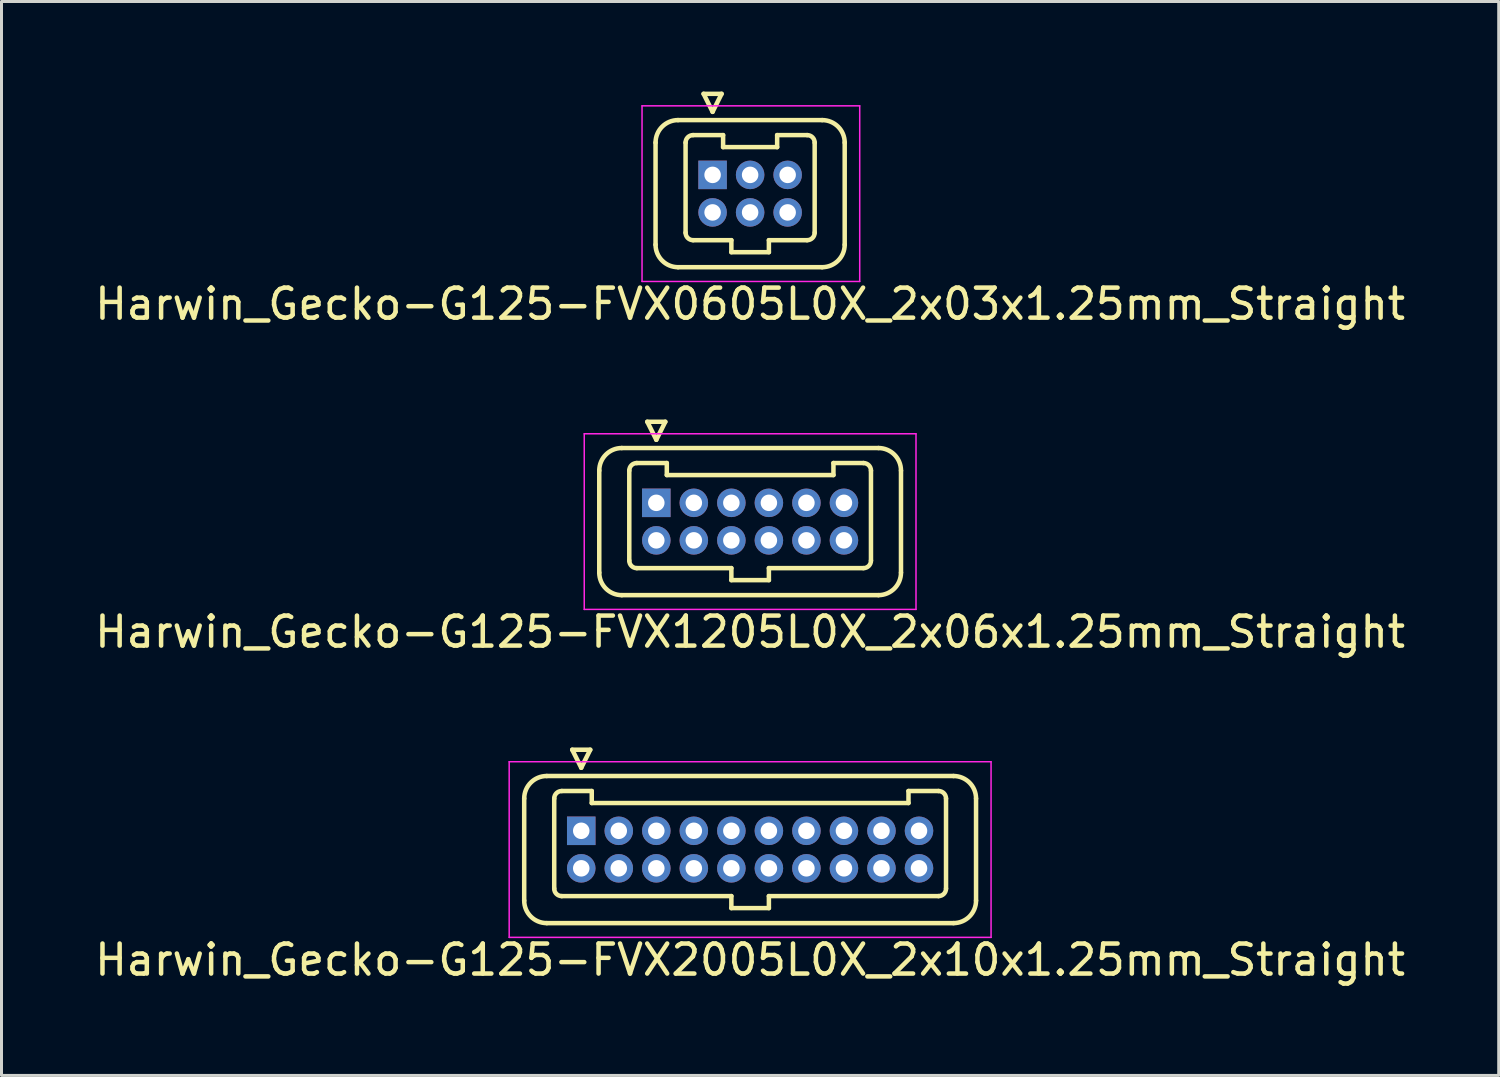
<source format=kicad_pcb>
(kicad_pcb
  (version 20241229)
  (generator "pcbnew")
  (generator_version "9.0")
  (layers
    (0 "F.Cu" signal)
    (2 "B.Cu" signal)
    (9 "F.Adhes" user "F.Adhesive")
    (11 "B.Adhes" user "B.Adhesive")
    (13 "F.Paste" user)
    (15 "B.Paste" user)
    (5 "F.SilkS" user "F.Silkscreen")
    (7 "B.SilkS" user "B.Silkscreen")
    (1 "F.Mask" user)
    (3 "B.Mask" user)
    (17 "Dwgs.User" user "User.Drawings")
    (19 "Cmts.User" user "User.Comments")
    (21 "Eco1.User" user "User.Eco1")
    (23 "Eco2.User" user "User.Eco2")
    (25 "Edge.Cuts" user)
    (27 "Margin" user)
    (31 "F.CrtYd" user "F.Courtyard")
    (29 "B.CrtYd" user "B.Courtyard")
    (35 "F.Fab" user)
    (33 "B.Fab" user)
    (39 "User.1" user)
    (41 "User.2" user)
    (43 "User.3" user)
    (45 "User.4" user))
  (footprint "Harwin_Gecko-G125-FVX1205L0X_2x06x1.25mm_Straight"
    (layer "F.Cu")
    (at 18.81 13.698)
    (property "Reference" "Harwin_Gecko-G125-FVX1205L0X_2x06x1.25mm_Straight" (at 3.125 4.3 0) (layer "F.SilkS") (effects (font (size 1 1) (thickness 0.15))))
    (attr through_hole)
    (fp_line (start -1.9 -1.075) (end -1.9 2.325) (stroke (width 0.15) (type solid)) (layer "F.SilkS"))
    (fp_line (start -1.15 -1.825) (end 7.4 -1.825) (stroke (width 0.15) (type solid)) (layer "F.SilkS"))
    (fp_line (start -1.15 3.075) (end 7.4 3.075) (stroke (width 0.15) (type solid)) (layer "F.SilkS"))
    (fp_line (start -0.9 -1.075) (end -0.9 1.925) (stroke (width 0.15) (type solid)) (layer "F.SilkS"))
    (fp_line (start -0.65 -1.325) (end 0.35 -1.325) (stroke (width 0.15) (type solid)) (layer "F.SilkS"))
    (fp_line (start -0.65 2.175) (end 2.5 2.175) (stroke (width 0.15) (type solid)) (layer "F.SilkS"))
    (fp_line (start -0.3 -2.7) (end 0.3 -2.7) (stroke (width 0.15) (type solid)) (layer "F.SilkS"))
    (fp_line (start 0 -2.1) (end -0.3 -2.7) (stroke (width 0.15) (type solid)) (layer "F.SilkS"))
    (fp_line (start 0.3 -2.7) (end 0 -2.1) (stroke (width 0.15) (type solid)) (layer "F.SilkS"))
    (fp_line (start 0.35 -1.325) (end 0.35 -0.925) (stroke (width 0.15) (type solid)) (layer "F.SilkS"))
    (fp_line (start 0.35 -0.925) (end 5.9 -0.925) (stroke (width 0.15) (type solid)) (layer "F.SilkS"))
    (fp_line (start 2.5 2.175) (end 2.5 2.575) (stroke (width 0.15) (type solid)) (layer "F.SilkS"))
    (fp_line (start 2.5 2.575) (end 3.75 2.575) (stroke (width 0.15) (type solid)) (layer "F.SilkS"))
    (fp_line (start 3.75 2.175) (end 6.9 2.175) (stroke (width 0.15) (type solid)) (layer "F.SilkS"))
    (fp_line (start 3.75 2.575) (end 3.75 2.175) (stroke (width 0.15) (type solid)) (layer "F.SilkS"))
    (fp_line (start 5.9 -1.325) (end 6.9 -1.325) (stroke (width 0.15) (type solid)) (layer "F.SilkS"))
    (fp_line (start 5.9 -0.925) (end 5.9 -1.325) (stroke (width 0.15) (type solid)) (layer "F.SilkS"))
    (fp_line (start 7.15 -1.075) (end 7.15 1.925) (stroke (width 0.15) (type solid)) (layer "F.SilkS"))
    (fp_line (start 8.15 -1.075) (end 8.15 2.325) (stroke (width 0.15) (type solid)) (layer "F.SilkS"))
    (fp_arc (start -1.9 -1.075) (mid -1.68033 -1.60533) (end -1.15 -1.825) (stroke (width 0.15) (type solid)) (layer "F.SilkS"))
    (fp_arc (start -1.15 3.075) (mid -1.68033 2.85533) (end -1.9 2.325) (stroke (width 0.15) (type solid)) (layer "F.SilkS"))
    (fp_arc (start -0.9 -1.075) (mid -0.826777 -1.251777) (end -0.65 -1.325) (stroke (width 0.15) (type solid)) (layer "F.SilkS"))
    (fp_arc (start -0.65 2.175) (mid -0.826777 2.101777) (end -0.9 1.925) (stroke (width 0.15) (type solid)) (layer "F.SilkS"))
    (fp_arc (start 6.9 -1.325) (mid 7.076777 -1.251777) (end 7.15 -1.075) (stroke (width 0.15) (type solid)) (layer "F.SilkS"))
    (fp_arc (start 7.15 1.925) (mid 7.076777 2.101777) (end 6.9 2.175) (stroke (width 0.15) (type solid)) (layer "F.SilkS"))
    (fp_arc (start 7.4 -1.825) (mid 7.93033 -1.60533) (end 8.15 -1.075) (stroke (width 0.15) (type solid)) (layer "F.SilkS"))
    (fp_arc (start 8.15 2.325) (mid 7.93033 2.85533) (end 7.4 3.075) (stroke (width 0.15) (type solid)) (layer "F.SilkS"))
    (fp_line (start -2.4 -2.3) (end -2.4 3.55) (stroke (width 0.05) (type solid)) (layer "F.CrtYd"))
    (fp_line (start -2.4 3.55) (end 8.65 3.55) (stroke (width 0.05) (type solid)) (layer "F.CrtYd"))
    (fp_line (start 8.65 -2.3) (end -2.4 -2.3) (stroke (width 0.05) (type solid)) (layer "F.CrtYd"))
    (fp_line (start 8.65 3.55) (end 8.65 -2.3) (stroke (width 0.05) (type solid)) (layer "F.CrtYd"))
    (pad "1" thru_hole rect (at 0 0) (size 0.95 0.95) (drill 0.55) (layers "*.Cu" "*.Mask"))
    (pad "2" thru_hole circle (at 0 1.25) (size 0.95 0.95) (drill 0.55) (layers "*.Cu" "*.Mask"))
    (pad "3" thru_hole circle (at 1.25 0) (size 0.95 0.95) (drill 0.55) (layers "*.Cu" "*.Mask"))
    (pad "4" thru_hole circle (at 1.25 1.25) (size 0.95 0.95) (drill 0.55) (layers "*.Cu" "*.Mask"))
    (pad "5" thru_hole circle (at 2.5 0) (size 0.95 0.95) (drill 0.55) (layers "*.Cu" "*.Mask"))
    (pad "6" thru_hole circle (at 2.5 1.25) (size 0.95 0.95) (drill 0.55) (layers "*.Cu" "*.Mask"))
    (pad "7" thru_hole circle (at 3.75 0) (size 0.95 0.95) (drill 0.55) (layers "*.Cu" "*.Mask"))
    (pad "8" thru_hole circle (at 3.75 1.25) (size 0.95 0.95) (drill 0.55) (layers "*.Cu" "*.Mask"))
    (pad "9" thru_hole circle (at 5 0) (size 0.95 0.95) (drill 0.55) (layers "*.Cu" "*.Mask"))
    (pad "10" thru_hole circle (at 5 1.25) (size 0.95 0.95) (drill 0.55) (layers "*.Cu" "*.Mask"))
    (pad "11" thru_hole circle (at 6.25 0) (size 0.95 0.95) (drill 0.55) (layers "*.Cu" "*.Mask"))
    (pad "12" thru_hole circle (at 6.25 1.25) (size 0.95 0.95) (drill 0.55) (layers "*.Cu" "*.Mask")))
  (footprint "Harwin_Gecko-G125-FVX0605L0X_2x03x1.25mm_Straight"
    (layer "F.Cu")
    (at 20.685 2.775)
    (property "Reference" "Harwin_Gecko-G125-FVX0605L0X_2x03x1.25mm_Straight" (at 1.25 4.3 0) (layer "F.SilkS") (effects (font (size 1 1) (thickness 0.15))))
    (attr through_hole)
    (fp_line (start -1.9 -1.075) (end -1.9 2.325) (stroke (width 0.15) (type solid)) (layer "F.SilkS"))
    (fp_line (start -1.15 -1.825) (end 3.65 -1.825) (stroke (width 0.15) (type solid)) (layer "F.SilkS"))
    (fp_line (start -1.15 3.075) (end 3.65 3.075) (stroke (width 0.15) (type solid)) (layer "F.SilkS"))
    (fp_line (start -0.9 -1.075) (end -0.9 1.925) (stroke (width 0.15) (type solid)) (layer "F.SilkS"))
    (fp_line (start -0.65 -1.325) (end 0.35 -1.325) (stroke (width 0.15) (type solid)) (layer "F.SilkS"))
    (fp_line (start -0.65 2.175) (end 0.625 2.175) (stroke (width 0.15) (type solid)) (layer "F.SilkS"))
    (fp_line (start -0.3 -2.7) (end 0.3 -2.7) (stroke (width 0.15) (type solid)) (layer "F.SilkS"))
    (fp_line (start 0 -2.1) (end -0.3 -2.7) (stroke (width 0.15) (type solid)) (layer "F.SilkS"))
    (fp_line (start 0.3 -2.7) (end 0 -2.1) (stroke (width 0.15) (type solid)) (layer "F.SilkS"))
    (fp_line (start 0.35 -1.325) (end 0.35 -0.925) (stroke (width 0.15) (type solid)) (layer "F.SilkS"))
    (fp_line (start 0.35 -0.925) (end 2.15 -0.925) (stroke (width 0.15) (type solid)) (layer "F.SilkS"))
    (fp_line (start 0.625 2.175) (end 0.625 2.575) (stroke (width 0.15) (type solid)) (layer "F.SilkS"))
    (fp_line (start 0.625 2.575) (end 1.875 2.575) (stroke (width 0.15) (type solid)) (layer "F.SilkS"))
    (fp_line (start 1.875 2.175) (end 3.15 2.175) (stroke (width 0.15) (type solid)) (layer "F.SilkS"))
    (fp_line (start 1.875 2.575) (end 1.875 2.175) (stroke (width 0.15) (type solid)) (layer "F.SilkS"))
    (fp_line (start 2.15 -1.325) (end 3.15 -1.325) (stroke (width 0.15) (type solid)) (layer "F.SilkS"))
    (fp_line (start 2.15 -0.925) (end 2.15 -1.325) (stroke (width 0.15) (type solid)) (layer "F.SilkS"))
    (fp_line (start 3.4 -1.075) (end 3.4 1.925) (stroke (width 0.15) (type solid)) (layer "F.SilkS"))
    (fp_line (start 4.4 -1.075) (end 4.4 2.325) (stroke (width 0.15) (type solid)) (layer "F.SilkS"))
    (fp_arc (start -1.9 -1.075) (mid -1.68033 -1.60533) (end -1.15 -1.825) (stroke (width 0.15) (type solid)) (layer "F.SilkS"))
    (fp_arc (start -1.15 3.075) (mid -1.68033 2.85533) (end -1.9 2.325) (stroke (width 0.15) (type solid)) (layer "F.SilkS"))
    (fp_arc (start -0.9 -1.075) (mid -0.826777 -1.251777) (end -0.65 -1.325) (stroke (width 0.15) (type solid)) (layer "F.SilkS"))
    (fp_arc (start -0.65 2.175) (mid -0.826777 2.101777) (end -0.9 1.925) (stroke (width 0.15) (type solid)) (layer "F.SilkS"))
    (fp_arc (start 3.15 -1.325) (mid 3.326777 -1.251777) (end 3.4 -1.075) (stroke (width 0.15) (type solid)) (layer "F.SilkS"))
    (fp_arc (start 3.4 1.925) (mid 3.326777 2.101777) (end 3.15 2.175) (stroke (width 0.15) (type solid)) (layer "F.SilkS"))
    (fp_arc (start 3.65 -1.825) (mid 4.18033 -1.60533) (end 4.4 -1.075) (stroke (width 0.15) (type solid)) (layer "F.SilkS"))
    (fp_arc (start 4.4 2.325) (mid 4.18033 2.85533) (end 3.65 3.075) (stroke (width 0.15) (type solid)) (layer "F.SilkS"))
    (fp_line (start -2.35 -2.3) (end -2.35 3.55) (stroke (width 0.05) (type solid)) (layer "F.CrtYd"))
    (fp_line (start -2.35 3.55) (end 4.9 3.55) (stroke (width 0.05) (type solid)) (layer "F.CrtYd"))
    (fp_line (start 4.9 -2.3) (end -2.35 -2.3) (stroke (width 0.05) (type solid)) (layer "F.CrtYd"))
    (fp_line (start 4.9 3.55) (end 4.9 -2.3) (stroke (width 0.05) (type solid)) (layer "F.CrtYd"))
    (pad "1" thru_hole rect (at 0 0) (size 0.95 0.95) (drill 0.55) (layers "*.Cu" "*.Mask"))
    (pad "2" thru_hole circle (at 0 1.25) (size 0.95 0.95) (drill 0.55) (layers "*.Cu" "*.Mask"))
    (pad "3" thru_hole circle (at 1.25 0) (size 0.95 0.95) (drill 0.55) (layers "*.Cu" "*.Mask"))
    (pad "4" thru_hole circle (at 1.25 1.25) (size 0.95 0.95) (drill 0.55) (layers "*.Cu" "*.Mask"))
    (pad "5" thru_hole circle (at 2.5 0) (size 0.95 0.95) (drill 0.55) (layers "*.Cu" "*.Mask"))
    (pad "6" thru_hole circle (at 2.5 1.25) (size 0.95 0.95) (drill 0.55) (layers "*.Cu" "*.Mask")))
  (footprint "Harwin_Gecko-G125-FVX2005L0X_2x10x1.25mm_Straight"
    (layer "F.Cu")
    (at 16.31 24.622)
    (property "Reference" "Harwin_Gecko-G125-FVX2005L0X_2x10x1.25mm_Straight" (at 5.625 4.3 0) (layer "F.SilkS") (effects (font (size 1 1) (thickness 0.15))))
    (attr through_hole)
    (fp_line (start -1.9 -1.075) (end -1.9 2.325) (stroke (width 0.15) (type solid)) (layer "F.SilkS"))
    (fp_line (start -1.15 -1.825) (end 12.4 -1.825) (stroke (width 0.15) (type solid)) (layer "F.SilkS"))
    (fp_line (start -1.15 3.075) (end 12.4 3.075) (stroke (width 0.15) (type solid)) (layer "F.SilkS"))
    (fp_line (start -0.9 -1.075) (end -0.9 1.925) (stroke (width 0.15) (type solid)) (layer "F.SilkS"))
    (fp_line (start -0.65 -1.325) (end 0.35 -1.325) (stroke (width 0.15) (type solid)) (layer "F.SilkS"))
    (fp_line (start -0.65 2.175) (end 5 2.175) (stroke (width 0.15) (type solid)) (layer "F.SilkS"))
    (fp_line (start -0.3 -2.7) (end 0.3 -2.7) (stroke (width 0.15) (type solid)) (layer "F.SilkS"))
    (fp_line (start 0 -2.1) (end -0.3 -2.7) (stroke (width 0.15) (type solid)) (layer "F.SilkS"))
    (fp_line (start 0.3 -2.7) (end 0 -2.1) (stroke (width 0.15) (type solid)) (layer "F.SilkS"))
    (fp_line (start 0.35 -1.325) (end 0.35 -0.925) (stroke (width 0.15) (type solid)) (layer "F.SilkS"))
    (fp_line (start 0.35 -0.925) (end 10.9 -0.925) (stroke (width 0.15) (type solid)) (layer "F.SilkS"))
    (fp_line (start 5 2.175) (end 5 2.575) (stroke (width 0.15) (type solid)) (layer "F.SilkS"))
    (fp_line (start 5 2.575) (end 6.25 2.575) (stroke (width 0.15) (type solid)) (layer "F.SilkS"))
    (fp_line (start 6.25 2.175) (end 11.9 2.175) (stroke (width 0.15) (type solid)) (layer "F.SilkS"))
    (fp_line (start 6.25 2.575) (end 6.25 2.175) (stroke (width 0.15) (type solid)) (layer "F.SilkS"))
    (fp_line (start 10.9 -1.325) (end 11.9 -1.325) (stroke (width 0.15) (type solid)) (layer "F.SilkS"))
    (fp_line (start 10.9 -0.925) (end 10.9 -1.325) (stroke (width 0.15) (type solid)) (layer "F.SilkS"))
    (fp_line (start 12.15 -1.075) (end 12.15 1.925) (stroke (width 0.15) (type solid)) (layer "F.SilkS"))
    (fp_line (start 13.15 -1.075) (end 13.15 2.325) (stroke (width 0.15) (type solid)) (layer "F.SilkS"))
    (fp_arc (start -1.9 -1.075) (mid -1.68033 -1.60533) (end -1.15 -1.825) (stroke (width 0.15) (type solid)) (layer "F.SilkS"))
    (fp_arc (start -1.15 3.075) (mid -1.68033 2.85533) (end -1.9 2.325) (stroke (width 0.15) (type solid)) (layer "F.SilkS"))
    (fp_arc (start -0.9 -1.075) (mid -0.826777 -1.251777) (end -0.65 -1.325) (stroke (width 0.15) (type solid)) (layer "F.SilkS"))
    (fp_arc (start -0.65 2.175) (mid -0.826777 2.101777) (end -0.9 1.925) (stroke (width 0.15) (type solid)) (layer "F.SilkS"))
    (fp_arc (start 11.9 -1.325) (mid 12.076777 -1.251777) (end 12.15 -1.075) (stroke (width 0.15) (type solid)) (layer "F.SilkS"))
    (fp_arc (start 12.15 1.925) (mid 12.076777 2.101777) (end 11.9 2.175) (stroke (width 0.15) (type solid)) (layer "F.SilkS"))
    (fp_arc (start 12.4 -1.825) (mid 12.93033 -1.60533) (end 13.15 -1.075) (stroke (width 0.15) (type solid)) (layer "F.SilkS"))
    (fp_arc (start 13.15 2.325) (mid 12.93033 2.85533) (end 12.4 3.075) (stroke (width 0.15) (type solid)) (layer "F.SilkS"))
    (fp_line (start -2.4 -2.3) (end -2.4 3.55) (stroke (width 0.05) (type solid)) (layer "F.CrtYd"))
    (fp_line (start -2.4 3.55) (end 13.65 3.55) (stroke (width 0.05) (type solid)) (layer "F.CrtYd"))
    (fp_line (start 13.65 -2.3) (end -2.4 -2.3) (stroke (width 0.05) (type solid)) (layer "F.CrtYd"))
    (fp_line (start 13.65 3.55) (end 13.65 -2.3) (stroke (width 0.05) (type solid)) (layer "F.CrtYd"))
    (pad "1" thru_hole rect (at 0 0) (size 0.95 0.95) (drill 0.55) (layers "*.Cu" "*.Mask"))
    (pad "2" thru_hole circle (at 0 1.25) (size 0.95 0.95) (drill 0.55) (layers "*.Cu" "*.Mask"))
    (pad "3" thru_hole circle (at 1.25 0) (size 0.95 0.95) (drill 0.55) (layers "*.Cu" "*.Mask"))
    (pad "4" thru_hole circle (at 1.25 1.25) (size 0.95 0.95) (drill 0.55) (layers "*.Cu" "*.Mask"))
    (pad "5" thru_hole circle (at 2.5 0) (size 0.95 0.95) (drill 0.55) (layers "*.Cu" "*.Mask"))
    (pad "6" thru_hole circle (at 2.5 1.25) (size 0.95 0.95) (drill 0.55) (layers "*.Cu" "*.Mask"))
    (pad "7" thru_hole circle (at 3.75 0) (size 0.95 0.95) (drill 0.55) (layers "*.Cu" "*.Mask"))
    (pad "8" thru_hole circle (at 3.75 1.25) (size 0.95 0.95) (drill 0.55) (layers "*.Cu" "*.Mask"))
    (pad "9" thru_hole circle (at 5 0) (size 0.95 0.95) (drill 0.55) (layers "*.Cu" "*.Mask"))
    (pad "10" thru_hole circle (at 5 1.25) (size 0.95 0.95) (drill 0.55) (layers "*.Cu" "*.Mask"))
    (pad "11" thru_hole circle (at 6.25 0) (size 0.95 0.95) (drill 0.55) (layers "*.Cu" "*.Mask"))
    (pad "12" thru_hole circle (at 6.25 1.25) (size 0.95 0.95) (drill 0.55) (layers "*.Cu" "*.Mask"))
    (pad "13" thru_hole circle (at 7.5 0) (size 0.95 0.95) (drill 0.55) (layers "*.Cu" "*.Mask"))
    (pad "14" thru_hole circle (at 7.5 1.25) (size 0.95 0.95) (drill 0.55) (layers "*.Cu" "*.Mask"))
    (pad "15" thru_hole circle (at 8.75 0) (size 0.95 0.95) (drill 0.55) (layers "*.Cu" "*.Mask"))
    (pad "16" thru_hole circle (at 8.75 1.25) (size 0.95 0.95) (drill 0.55) (layers "*.Cu" "*.Mask"))
    (pad "17" thru_hole circle (at 10 0) (size 0.95 0.95) (drill 0.55) (layers "*.Cu" "*.Mask"))
    (pad "18" thru_hole circle (at 10 1.25) (size 0.95 0.95) (drill 0.55) (layers "*.Cu" "*.Mask"))
    (pad "19" thru_hole circle (at 11.25 0) (size 0.95 0.95) (drill 0.55) (layers "*.Cu" "*.Mask"))
    (pad "20" thru_hole circle (at 11.25 1.25) (size 0.95 0.95) (drill 0.55) (layers "*.Cu" "*.Mask")))
  (gr_rect
    (start -3 -3)
    (end 46.869 32.77)
    (stroke (width 0.1) (type default))
    (fill no)
    (layer "Edge.Cuts")))
</source>
